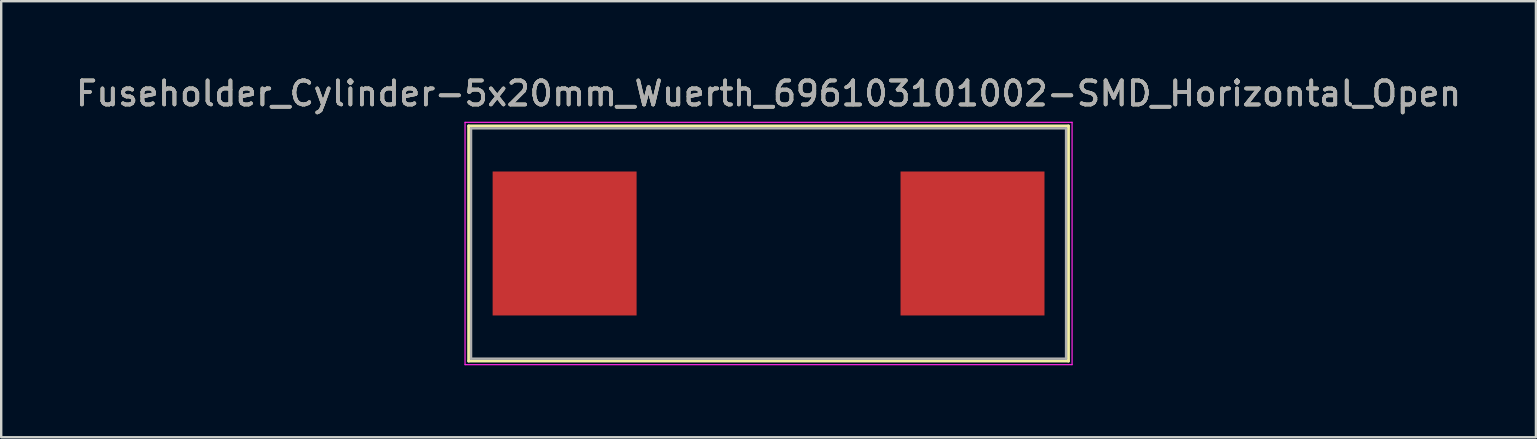
<source format=kicad_pcb>
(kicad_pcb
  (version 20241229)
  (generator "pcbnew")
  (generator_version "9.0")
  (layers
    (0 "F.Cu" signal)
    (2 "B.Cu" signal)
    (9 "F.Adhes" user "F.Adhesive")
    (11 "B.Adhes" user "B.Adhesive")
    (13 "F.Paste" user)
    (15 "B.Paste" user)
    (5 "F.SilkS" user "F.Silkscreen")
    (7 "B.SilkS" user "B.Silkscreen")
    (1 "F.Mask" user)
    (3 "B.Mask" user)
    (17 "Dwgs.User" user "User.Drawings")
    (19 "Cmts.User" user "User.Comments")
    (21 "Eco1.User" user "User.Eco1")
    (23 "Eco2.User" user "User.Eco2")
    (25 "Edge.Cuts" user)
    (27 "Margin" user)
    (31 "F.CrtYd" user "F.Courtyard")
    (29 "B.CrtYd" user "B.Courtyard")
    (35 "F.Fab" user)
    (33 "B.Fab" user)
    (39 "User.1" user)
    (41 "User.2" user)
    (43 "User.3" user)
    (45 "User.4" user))
  (footprint "Fuseholder_Cylinder-5x20mm_Wuerth_696103101002-SMD_Horizontal_Open"
    (layer "F.Cu")
    (at 28.982 7.098)
    (property "Reference" "Fuseholder_Cylinder-5x20mm_Wuerth_696103101002-SMD_Horizontal_Open" (at 0 -6.25 0) (layer "F.SilkS") (effects (font (size 1 1) (thickness 0.15))))
    (attr smd)
    (fp_line (start -12.5 -4.9) (end 12.5 -4.9) (stroke (width 0.12) (type solid)) (layer "F.SilkS"))
    (fp_line (start -12.5 4.9) (end -12.5 -4.9) (stroke (width 0.12) (type solid)) (layer "F.SilkS"))
    (fp_line (start 12.5 -4.9) (end 12.5 4.9) (stroke (width 0.12) (type solid)) (layer "F.SilkS"))
    (fp_line (start 12.5 4.9) (end -12.5 4.9) (stroke (width 0.12) (type solid)) (layer "F.SilkS"))
    (fp_line (start -12.65 -5.05) (end 12.65 -5.05) (stroke (width 0.05) (type solid)) (layer "F.CrtYd"))
    (fp_line (start -12.65 5.05) (end -12.65 -5.05) (stroke (width 0.05) (type solid)) (layer "F.CrtYd"))
    (fp_line (start 12.65 -5.05) (end 12.65 5.05) (stroke (width 0.05) (type solid)) (layer "F.CrtYd"))
    (fp_line (start 12.65 5.05) (end -12.65 5.05) (stroke (width 0.05) (type solid)) (layer "F.CrtYd"))
    (fp_line (start -12.4 -4.8) (end -12.4 4.8) (stroke (width 0.1) (type solid)) (layer "F.Fab"))
    (fp_line (start -12.4 -4.8) (end 12.4 -4.8) (stroke (width 0.1) (type solid)) (layer "F.Fab"))
    (fp_line (start 12.4 -4.8) (end 12.4 4.8) (stroke (width 0.1) (type solid)) (layer "F.Fab"))
    (fp_line (start 12.4 4.8) (end -12.4 4.8) (stroke (width 0.1) (type solid)) (layer "F.Fab"))
    (fp_text user "${REFERENCE}" (at 0 -6.25 0) (layer "F.Fab") (effects (font (size 1 1) (thickness 0.15))))
    (fp_text user "${REFERENCE}" (at 0 -6.25 0) (layer "F.Fab") (effects (font (size 1 1) (thickness 0.15))))
    (pad "1" smd rect (at -8.5 0) (size 6 6) (layers "F.Cu" "F.Mask" "F.Paste"))
    (pad "2" smd rect (at 8.5 0) (size 6 6) (layers "F.Cu" "F.Mask" "F.Paste")))
  (gr_rect
    (start -3 -3)
    (end 60.964 15.173)
    (stroke (width 0.1) (type default))
    (fill no)
    (layer "Edge.Cuts")))
</source>
